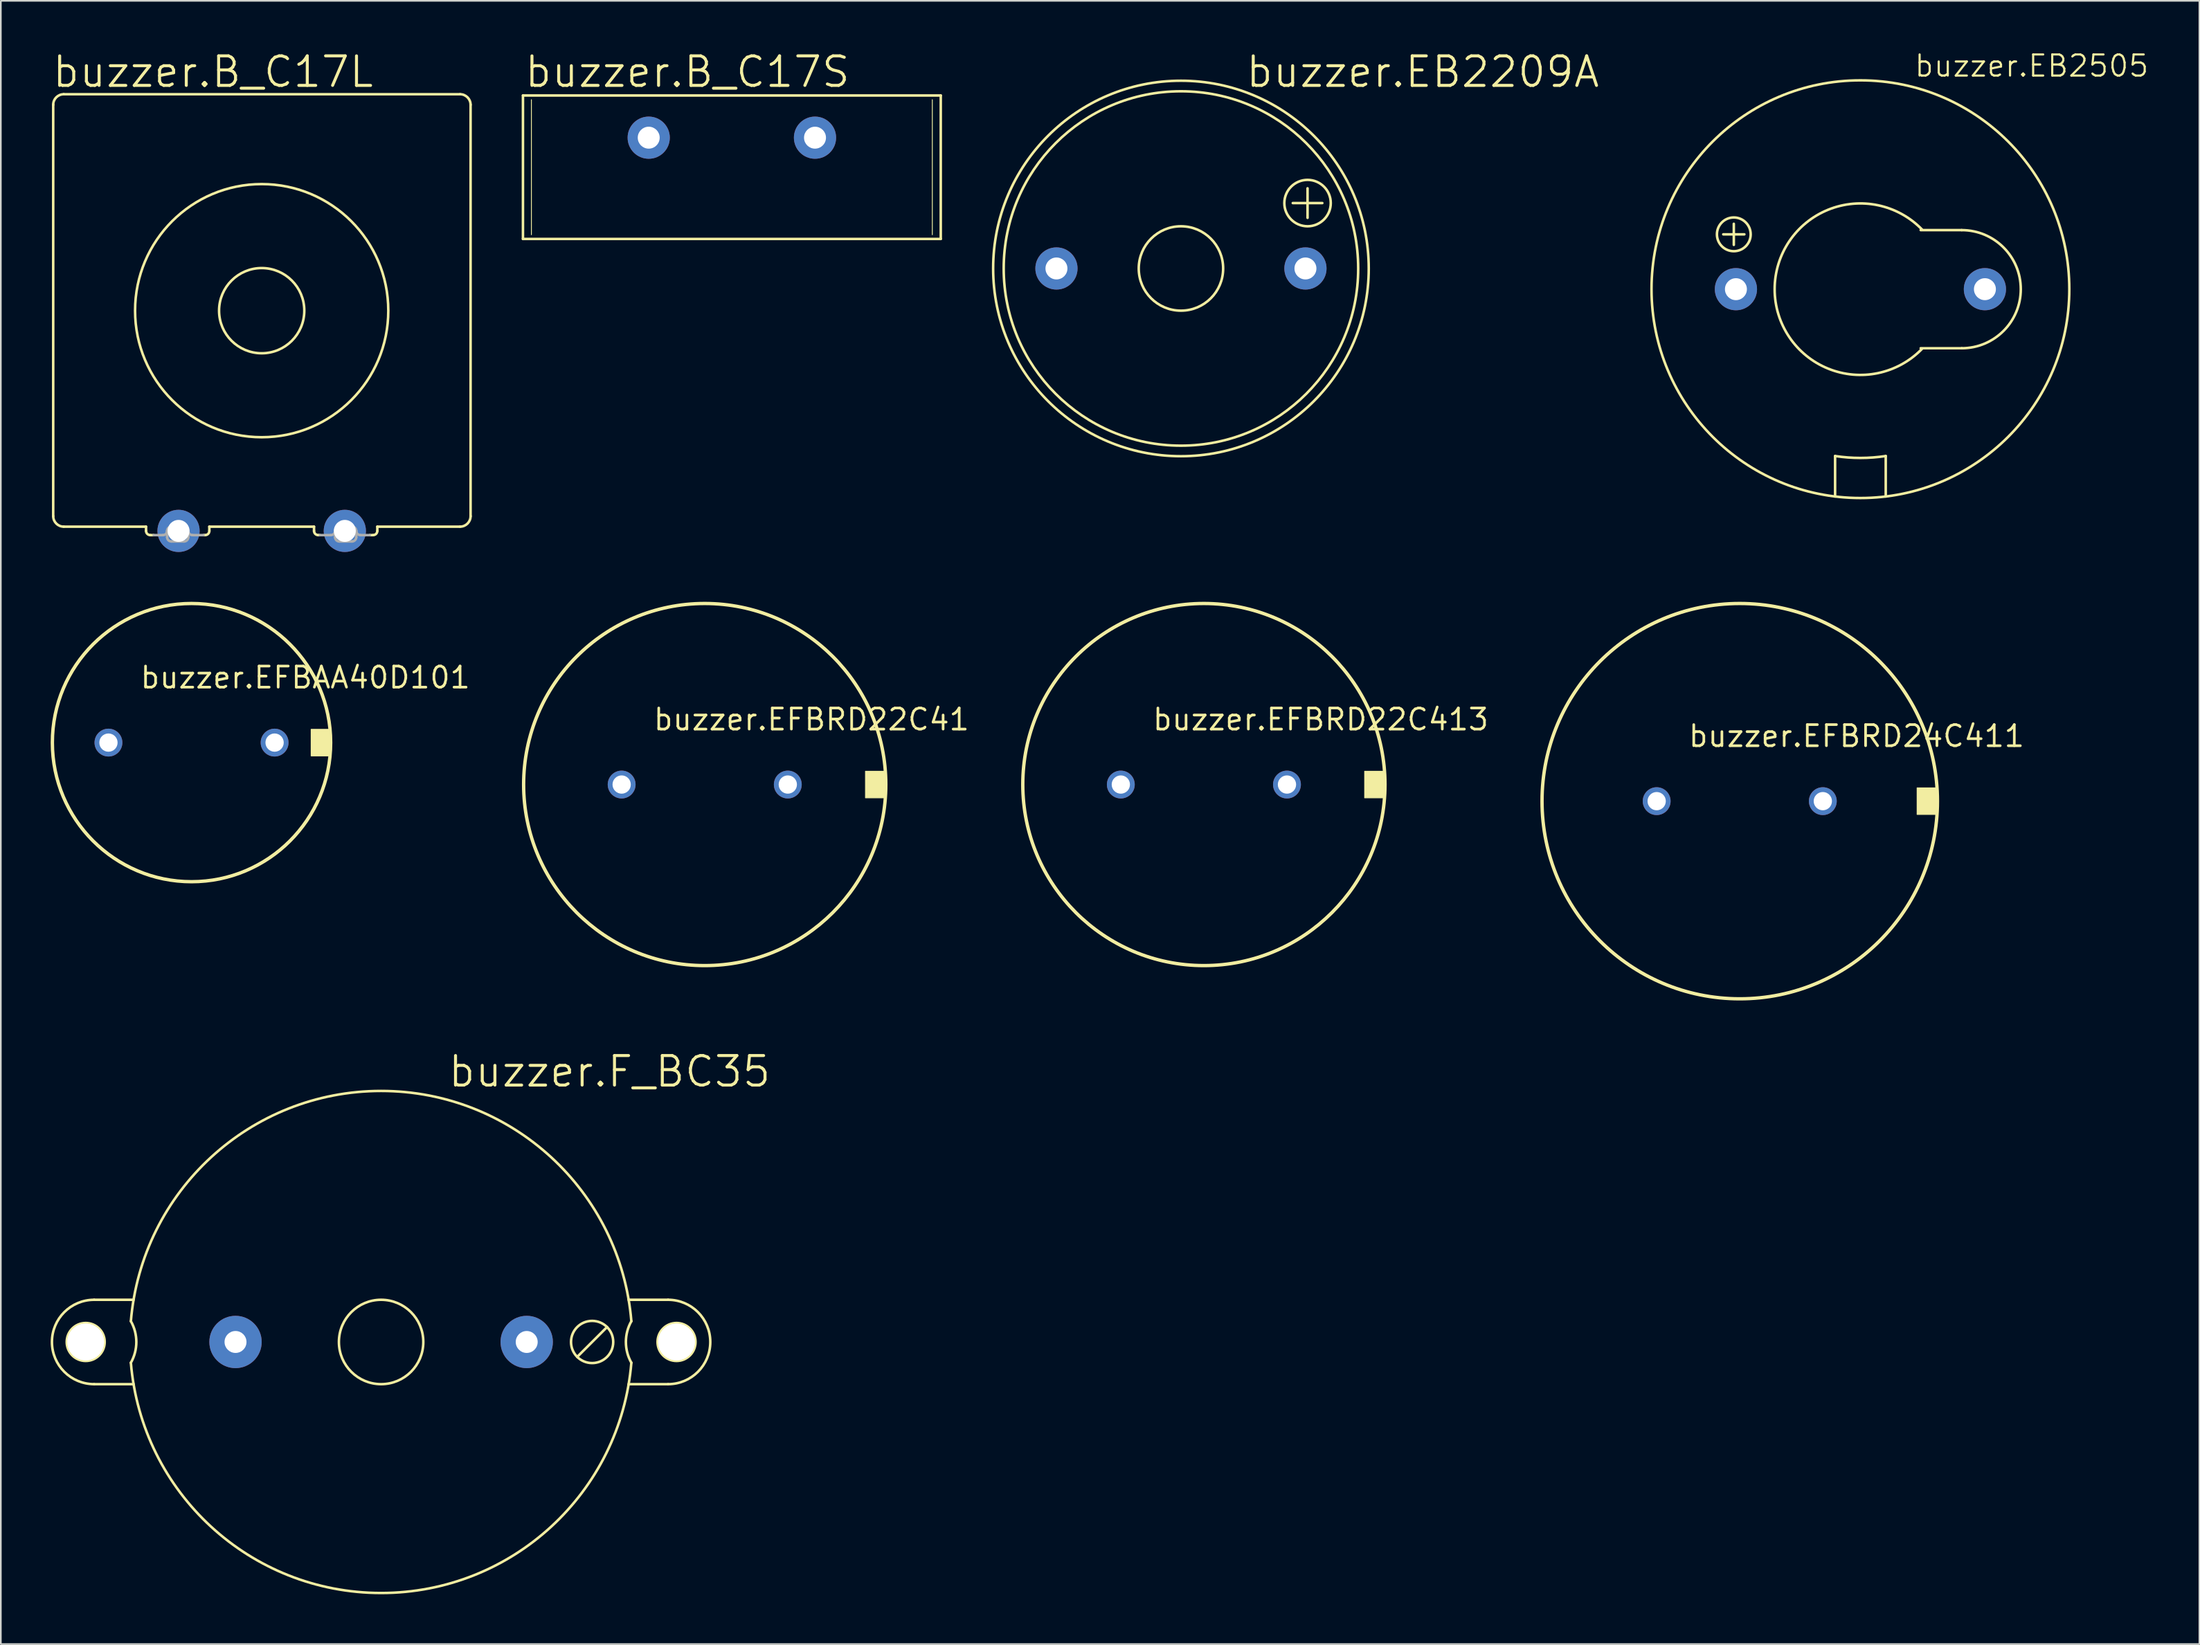
<source format=kicad_pcb>
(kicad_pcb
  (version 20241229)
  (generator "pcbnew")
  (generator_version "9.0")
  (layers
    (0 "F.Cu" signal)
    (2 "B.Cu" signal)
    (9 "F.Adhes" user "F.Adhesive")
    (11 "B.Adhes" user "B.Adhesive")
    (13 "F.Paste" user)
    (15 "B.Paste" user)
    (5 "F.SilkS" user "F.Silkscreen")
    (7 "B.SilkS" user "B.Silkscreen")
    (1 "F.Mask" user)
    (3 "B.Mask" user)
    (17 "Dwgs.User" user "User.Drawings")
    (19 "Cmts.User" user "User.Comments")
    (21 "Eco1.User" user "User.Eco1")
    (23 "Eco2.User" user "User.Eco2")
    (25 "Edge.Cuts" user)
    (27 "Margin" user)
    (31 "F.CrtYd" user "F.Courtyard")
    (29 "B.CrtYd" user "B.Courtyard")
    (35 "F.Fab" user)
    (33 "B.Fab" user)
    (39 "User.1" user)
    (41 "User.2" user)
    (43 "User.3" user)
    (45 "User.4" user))
  (footprint "buzzer.EFBRD24C411"
    (layer "F.Cu")
    (at 101.659 45.183)
    (property "Reference" "buzzer.EFBRD24C411" (at -3.175 -3.175 0) (layer "F.SilkS") (effects (font (size 1.27 1.27) (thickness 0.16)) (justify left bottom)))
    (attr through_hole)
    (fp_rect (start 10.675 0.8) (end 11.85 -0.8) (stroke (width 0.05) (type default)) (fill yes) (layer "F.SilkS"))
    (fp_circle (center 0 0) (end 11.9 0) (stroke (width 0.203) (type default)) (fill no) (layer "F.SilkS"))
    (pad "1" thru_hole circle (at -5 0) (size 1.676 1.676) (drill 1.1) (layers "*.Cu" "*.Mask"))
    (pad "2" thru_hole circle (at 5 0) (size 1.676 1.676) (drill 1.1) (layers "*.Cu" "*.Mask")))
  (footprint "buzzer.EFBRD22C413"
    (layer "F.Cu")
    (at 69.408 44.183)
    (property "Reference" "buzzer.EFBRD22C413" (at -3.175 -3.175 0) (layer "F.SilkS") (effects (font (size 1.27 1.27) (thickness 0.16)) (justify left bottom)))
    (attr through_hole)
    (fp_rect (start 9.675 0.8) (end 10.85 -0.8) (stroke (width 0.05) (type default)) (fill yes) (layer "F.SilkS"))
    (fp_circle (center 0 0) (end 10.9 0) (stroke (width 0.203) (type default)) (fill no) (layer "F.SilkS"))
    (pad "1" thru_hole circle (at -5 0) (size 1.676 1.676) (drill 1.1) (layers "*.Cu" "*.Mask"))
    (pad "2" thru_hole circle (at 5 0) (size 1.676 1.676) (drill 1.1) (layers "*.Cu" "*.Mask")))
  (footprint "buzzer.B_C17L"
    (layer "F.Cu")
    (at 12.7 15.653)
    (property "Reference" "buzzer.B_C17L" (at -12.7 -13.335 0) (layer "F.SilkS") (effects (font (size 1.778 1.778) (thickness 0.18)) (justify left bottom)))
    (attr through_hole)
    (fp_line (start -12.548 12.37) (end -12.548 -12.395) (stroke (width 0.152) (type default)) (layer "F.SilkS"))
    (fp_line (start -11.913 -13.03) (end 11.938 -13.03) (stroke (width 0.152) (type default)) (layer "F.SilkS"))
    (fp_line (start -11.913 13.005) (end -6.96 13.005) (stroke (width 0.152) (type default)) (layer "F.SilkS"))
    (fp_line (start -6.96 13.005) (end -6.96 13.259) (stroke (width 0.152) (type default)) (layer "F.SilkS"))
    (fp_line (start -6.706 13.513) (end -6.507 13.513) (stroke (width 0.152) (type default)) (layer "F.SilkS"))
    (fp_line (start -3.501 13.513) (end -3.404 13.513) (stroke (width 0.152) (type default)) (layer "F.SilkS"))
    (fp_line (start -3.15 13.005) (end 3.15 13.005) (stroke (width 0.152) (type default)) (layer "F.SilkS"))
    (fp_line (start -3.15 13.259) (end -3.15 13.005) (stroke (width 0.152) (type default)) (layer "F.SilkS"))
    (fp_line (start 3.15 13.259) (end 3.15 13.005) (stroke (width 0.152) (type default)) (layer "F.SilkS"))
    (fp_line (start 3.501 13.513) (end 3.404 13.513) (stroke (width 0.152) (type default)) (layer "F.SilkS"))
    (fp_line (start 6.706 13.513) (end 6.507 13.513) (stroke (width 0.152) (type default)) (layer "F.SilkS"))
    (fp_line (start 6.96 13.005) (end 6.96 13.259) (stroke (width 0.152) (type default)) (layer "F.SilkS"))
    (fp_line (start 6.96 13.005) (end 11.938 13.005) (stroke (width 0.152) (type default)) (layer "F.SilkS"))
    (fp_line (start 12.573 12.37) (end 12.573 -12.395) (stroke (width 0.152) (type default)) (layer "F.SilkS"))
    (fp_arc (start -12.5476 -12.3952) (mid -12.361613 -12.844213) (end -11.9126 -13.0302) (stroke (width 0.1524) (type default)) (layer "F.SilkS"))
    (fp_arc (start -11.9126 13.0048) (mid -12.361613 12.818813) (end -12.5476 12.3698) (stroke (width 0.1524) (type default)) (layer "F.SilkS"))
    (fp_arc (start -6.7056 13.5128) (mid -6.885205 13.438405) (end -6.9596 13.2588) (stroke (width 0.1524) (type default)) (layer "F.SilkS"))
    (fp_arc (start -3.1496 13.2588) (mid -3.223995 13.438405) (end -3.4036 13.5128) (stroke (width 0.1524) (type default)) (layer "F.SilkS"))
    (fp_arc (start 3.4036 13.5128) (mid 3.223995 13.438405) (end 3.1496 13.2588) (stroke (width 0.1524) (type default)) (layer "F.SilkS"))
    (fp_arc (start 6.9596 13.2588) (mid 6.885205 13.438405) (end 6.7056 13.5128) (stroke (width 0.1524) (type default)) (layer "F.SilkS"))
    (fp_arc (start 11.938 -13.0302) (mid 12.387013 -12.844213) (end 12.573 -12.3952) (stroke (width 0.1524) (type default)) (layer "F.SilkS"))
    (fp_arc (start 12.573 12.3698) (mid 12.387013 12.818813) (end 11.938 13.0048) (stroke (width 0.1524) (type default)) (layer "F.SilkS"))
    (fp_circle (center 0 0) (end 2.565 0) (stroke (width 0.152) (type default)) (fill no) (layer "F.SilkS"))
    (fp_circle (center 0 0) (end 7.62 0) (stroke (width 0.152) (type default)) (fill no) (layer "F.SilkS"))
    (fp_line (start -6.507 13.513) (end -5.944 13.513) (stroke (width 0.152) (type default)) (layer "F.Fab"))
    (fp_line (start -5.69 13.64) (end -5.69 13.259) (stroke (width 0.152) (type default)) (layer "F.Fab"))
    (fp_line (start -5.436 13.005) (end -4.674 13.005) (stroke (width 0.152) (type default)) (layer "F.Fab"))
    (fp_line (start -5.436 13.894) (end -4.674 13.894) (stroke (width 0.152) (type default)) (layer "F.Fab"))
    (fp_line (start -4.42 13.64) (end -4.42 13.259) (stroke (width 0.152) (type default)) (layer "F.Fab"))
    (fp_line (start -4.166 13.513) (end -3.501 13.513) (stroke (width 0.152) (type default)) (layer "F.Fab"))
    (fp_line (start 4.166 13.513) (end 3.501 13.513) (stroke (width 0.152) (type default)) (layer "F.Fab"))
    (fp_line (start 4.42 13.64) (end 4.42 13.259) (stroke (width 0.152) (type default)) (layer "F.Fab"))
    (fp_line (start 4.674 13.005) (end 5.436 13.005) (stroke (width 0.152) (type default)) (layer "F.Fab"))
    (fp_line (start 4.674 13.894) (end 5.436 13.894) (stroke (width 0.152) (type default)) (layer "F.Fab"))
    (fp_line (start 5.69 13.259) (end 5.69 13.64) (stroke (width 0.152) (type default)) (layer "F.Fab"))
    (fp_line (start 6.507 13.513) (end 5.944 13.513) (stroke (width 0.152) (type default)) (layer "F.Fab"))
    (fp_arc (start -5.6896 13.2588) (mid -5.763995 13.438405) (end -5.9436 13.5128) (stroke (width 0.1524) (type default)) (layer "F.Fab"))
    (fp_arc (start -5.6896 13.2588) (mid -5.615205 13.079195) (end -5.4356 13.0048) (stroke (width 0.1524) (type default)) (layer "F.Fab"))
    (fp_arc (start -5.4356 13.8938) (mid -5.615205 13.819405) (end -5.6896 13.6398) (stroke (width 0.1524) (type default)) (layer "F.Fab"))
    (fp_arc (start -4.6736 13.0048) (mid -4.493995 13.079195) (end -4.4196 13.2588) (stroke (width 0.1524) (type default)) (layer "F.Fab"))
    (fp_arc (start -4.4196 13.6398) (mid -4.493995 13.819405) (end -4.6736 13.8938) (stroke (width 0.1524) (type default)) (layer "F.Fab"))
    (fp_arc (start -4.1656 13.5128) (mid -4.345205 13.438405) (end -4.4196 13.2588) (stroke (width 0.1524) (type default)) (layer "F.Fab"))
    (fp_arc (start 4.4196 13.2588) (mid 4.345205 13.438405) (end 4.1656 13.5128) (stroke (width 0.1524) (type default)) (layer "F.Fab"))
    (fp_arc (start 4.4196 13.2588) (mid 4.493995 13.079195) (end 4.6736 13.0048) (stroke (width 0.1524) (type default)) (layer "F.Fab"))
    (fp_arc (start 4.6736 13.8938) (mid 4.493995 13.819405) (end 4.4196 13.6398) (stroke (width 0.1524) (type default)) (layer "F.Fab"))
    (fp_arc (start 5.4356 13.0048) (mid 5.615205 13.079195) (end 5.6896 13.2588) (stroke (width 0.1524) (type default)) (layer "F.Fab"))
    (fp_arc (start 5.6896 13.6398) (mid 5.615205 13.819405) (end 5.4356 13.8938) (stroke (width 0.1524) (type default)) (layer "F.Fab"))
    (fp_arc (start 5.9436 13.5128) (mid 5.763995 13.438405) (end 5.6896 13.2588) (stroke (width 0.1524) (type default)) (layer "F.Fab"))
    (pad "1" thru_hole circle (at -5.004 13.259) (size 2.54 2.54) (drill 1.321) (layers "*.Cu" "*.Mask"))
    (pad "2" thru_hole circle (at 5.004 13.259) (size 2.54 2.54) (drill 1.321) (layers "*.Cu" "*.Mask")))
  (footprint "buzzer.B_C17S"
    (layer "F.Cu")
    (at 40.998 5.239)
    (property "Reference" "buzzer.B_C17S" (at -12.573 -2.921 0) (layer "F.SilkS") (effects (font (size 1.778 1.778) (thickness 0.18)) (justify left bottom)))
    (attr through_hole)
    (fp_line (start -12.573 -2.54) (end -12.573 6.096) (stroke (width 0.152) (type default)) (layer "F.SilkS"))
    (fp_line (start -12.573 -2.54) (end 12.573 -2.54) (stroke (width 0.152) (type default)) (layer "F.SilkS"))
    (fp_line (start -12.573 6.096) (end 12.573 6.096) (stroke (width 0.152) (type default)) (layer "F.SilkS"))
    (fp_line (start -12.065 -2.286) (end -12.065 5.842) (stroke (width 0.051) (type default)) (layer "F.SilkS"))
    (fp_line (start 12.065 -2.286) (end 12.065 5.842) (stroke (width 0.051) (type default)) (layer "F.SilkS"))
    (fp_line (start 12.573 6.096) (end 12.573 -2.54) (stroke (width 0.152) (type default)) (layer "F.SilkS"))
    (pad "1" thru_hole circle (at -5.004 0) (size 2.54 2.54) (drill 1.321) (layers "*.Cu" "*.Mask"))
    (pad "2" thru_hole circle (at 5.004 0) (size 2.54 2.54) (drill 1.321) (layers "*.Cu" "*.Mask")))
  (footprint "buzzer.EB2209A"
    (layer "F.Cu")
    (at 68.027 13.113)
    (property "Reference" "buzzer.EB2209A" (at 3.81 -10.795 0) (layer "F.SilkS") (effects (font (size 1.778 1.778) (thickness 0.18)) (justify left bottom)))
    (attr through_hole)
    (fp_line (start 6.731 -3.937) (end 8.509 -3.937) (stroke (width 0.152) (type default)) (layer "F.SilkS"))
    (fp_line (start 7.62 -4.826) (end 7.62 -3.048) (stroke (width 0.152) (type default)) (layer "F.SilkS"))
    (fp_circle (center 0 0) (end 2.54 0) (stroke (width 0.152) (type default)) (fill no) (layer "F.SilkS"))
    (fp_circle (center 0 0) (end 10.668 0) (stroke (width 0.152) (type default)) (fill no) (layer "F.SilkS"))
    (fp_circle (center 0 0) (end 11.303 0) (stroke (width 0.152) (type default)) (fill no) (layer "F.SilkS"))
    (fp_circle (center 7.62 -3.937) (end 9.017 -3.937) (stroke (width 0.152) (type default)) (fill no) (layer "F.SilkS"))
    (pad "+" thru_hole circle (at 7.493 0) (size 2.54 2.54) (drill 1.321) (layers "*.Cu" "*.Mask"))
    (pad "-" thru_hole circle (at -7.493 0) (size 2.54 2.54) (drill 1.321) (layers "*.Cu" "*.Mask")))
  (footprint "buzzer.EB2505"
    (layer "F.Cu")
    (at 108.922 14.36)
    (property "Reference" "buzzer.EB2505" (at 3.175 -12.7 0) (layer "F.SilkS") (effects (font (size 1.27 1.27) (thickness 0.13)) (justify left bottom)))
    (attr through_hole)
    (fp_line (start -8.255 -3.302) (end -6.985 -3.302) (stroke (width 0.152) (type default)) (layer "F.SilkS"))
    (fp_line (start -7.62 -2.667) (end -7.62 -3.937) (stroke (width 0.152) (type default)) (layer "F.SilkS"))
    (fp_line (start -1.524 12.48) (end -1.524 10.045) (stroke (width 0.152) (type default)) (layer "F.SilkS"))
    (fp_line (start 1.524 12.48) (end 1.524 10.045) (stroke (width 0.152) (type default)) (layer "F.SilkS"))
    (fp_line (start 3.628 -3.556) (end 6.096 -3.556) (stroke (width 0.152) (type default)) (layer "F.SilkS"))
    (fp_line (start 3.628 3.556) (end 6.096 3.556) (stroke (width 0.152) (type default)) (layer "F.SilkS"))
    (fp_arc (start 1.524 10.045) (mid 0 10.15995) (end -1.524 10.045) (stroke (width 0.1524) (type default)) (layer "F.SilkS"))
    (fp_arc (start 3.701388 3.598572) (mid -5.162363 0.000996) (end 3.699999 -3.599999) (stroke (width 0.1524) (type default)) (layer "F.SilkS"))
    (fp_arc (start 6.096 -3.556) (mid 9.652 0) (end 6.096 3.556) (stroke (width 0.1524) (type default)) (layer "F.SilkS"))
    (fp_circle (center -7.62 -3.302) (end -6.604 -3.302) (stroke (width 0.152) (type default)) (fill no) (layer "F.SilkS"))
    (fp_circle (center 0 0) (end 12.573 0) (stroke (width 0.152) (type default)) (fill no) (layer "F.SilkS"))
    (pad "+" thru_hole circle (at -7.493 0) (size 2.54 2.54) (drill 1.321) (layers "*.Cu" "*.Mask"))
    (pad "-" thru_hole circle (at 7.493 0) (size 2.54 2.54) (drill 1.321) (layers "*.Cu" "*.Mask")))
  (footprint "buzzer.F_BC35"
    (layer "F.Cu")
    (at 19.888 77.743)
    (property "Reference" "buzzer.F_BC35" (at 3.937 -15.24 0) (layer "F.SilkS") (effects (font (size 1.778 1.778) (thickness 0.18)) (justify left bottom)))
    (attr through_hole)
    (fp_line (start -14.898 -2.54) (end -17.272 -2.54) (stroke (width 0.152) (type default)) (layer "F.SilkS"))
    (fp_line (start -14.898 2.54) (end -17.272 2.54) (stroke (width 0.152) (type default)) (layer "F.SilkS"))
    (fp_line (start 11.802 0.898) (end 13.598 -0.898) (stroke (width 0.152) (type default)) (layer "F.SilkS"))
    (fp_line (start 14.898 -2.54) (end 17.272 -2.54) (stroke (width 0.152) (type default)) (layer "F.SilkS"))
    (fp_line (start 14.898 2.54) (end 17.272 2.54) (stroke (width 0.152) (type default)) (layer "F.SilkS"))
    (fp_arc (start -17.272 2.54) (mid -19.812 0) (end -17.272 -2.54) (stroke (width 0.1524) (type default)) (layer "F.SilkS"))
    (fp_arc (start -15.0612 -1.2505) (mid -14.732042 0) (end -15.0612 1.2505) (stroke (width 0.1524) (type default)) (layer "F.SilkS"))
    (fp_arc (start -15.0612 -1.2505) (mid 0 -15.113024) (end 15.0612 -1.2505) (stroke (width 0.1524) (type default)) (layer "F.SilkS"))
    (fp_arc (start 15.0612 1.2505) (mid 0 15.113024) (end -15.0612 1.2505) (stroke (width 0.1524) (type default)) (layer "F.SilkS"))
    (fp_arc (start 15.0612 1.2505) (mid 14.732042 0) (end 15.0612 -1.2505) (stroke (width 0.1524) (type default)) (layer "F.SilkS"))
    (fp_arc (start 17.272 -2.54) (mid 19.812 0) (end 17.272 2.54) (stroke (width 0.1524) (type default)) (layer "F.SilkS"))
    (fp_circle (center -17.78 0) (end -16.637 0) (stroke (width 0.152) (type default)) (fill no) (layer "F.SilkS"))
    (fp_circle (center 0 0) (end 2.54 0) (stroke (width 0.152) (type default)) (fill no) (layer "F.SilkS"))
    (fp_circle (center 12.7 0) (end 13.97 0) (stroke (width 0.152) (type default)) (fill no) (layer "F.SilkS"))
    (fp_circle (center 17.78 0) (end 18.923 0) (stroke (width 0.152) (type default)) (fill no) (layer "F.SilkS"))
    (pad "" np_thru_hole circle (at -17.78 0) (size 2.21 2.21) (drill 2.21) (layers "*.Cu" "*.Mask"))
    (pad "" np_thru_hole circle (at -17.78 0) (size 2.21 2.21) (drill 2.21) (layers "*.Cu" "*.Mask"))
    (pad "" np_thru_hole circle (at 17.78 0) (size 2.21 2.21) (drill 2.21) (layers "*.Cu" "*.Mask"))
    (pad "" np_thru_hole circle (at 17.78 0) (size 2.21 2.21) (drill 2.21) (layers "*.Cu" "*.Mask"))
    (pad "+" thru_hole circle (at 8.763 0) (size 3.15 3.15) (drill 1.321) (layers "*.Cu" "*.Mask"))
    (pad "-" thru_hole circle (at -8.763 0) (size 3.15 3.15) (drill 1.321) (layers "*.Cu" "*.Mask")))
  (footprint "buzzer.EFBAA40D101"
    (layer "F.Cu")
    (at 8.477 41.658)
    (property "Reference" "buzzer.EFBAA40D101" (at -3.175 -3.175 0) (layer "F.SilkS") (effects (font (size 1.27 1.27) (thickness 0.16)) (justify left bottom)))
    (attr through_hole)
    (fp_rect (start 7.2 0.8) (end 8.375 -0.8) (stroke (width 0.05) (type default)) (fill yes) (layer "F.SilkS"))
    (fp_circle (center 0 0) (end 8.375 0) (stroke (width 0.203) (type default)) (fill no) (layer "F.SilkS"))
    (pad "1" thru_hole circle (at -5 0) (size 1.676 1.676) (drill 1.1) (layers "*.Cu" "*.Mask"))
    (pad "2" thru_hole circle (at 5 0) (size 1.676 1.676) (drill 1.1) (layers "*.Cu" "*.Mask")))
  (footprint "buzzer.EFBRD22C41"
    (layer "F.Cu")
    (at 39.365 44.183)
    (property "Reference" "buzzer.EFBRD22C41" (at -3.175 -3.175 0) (layer "F.SilkS") (effects (font (size 1.27 1.27) (thickness 0.16)) (justify left bottom)))
    (attr through_hole)
    (fp_rect (start 9.675 0.8) (end 10.85 -0.8) (stroke (width 0.05) (type default)) (fill yes) (layer "F.SilkS"))
    (fp_circle (center 0 0) (end 10.9 0) (stroke (width 0.203) (type default)) (fill no) (layer "F.SilkS"))
    (pad "1" thru_hole circle (at -5 0) (size 1.676 1.676) (drill 1.1) (layers "*.Cu" "*.Mask"))
    (pad "2" thru_hole circle (at 5 0) (size 1.676 1.676) (drill 1.1) (layers "*.Cu" "*.Mask")))
  (gr_rect
    (start -3 -3)
    (end 129.324 95.932)
    (stroke (width 0.1) (type default))
    (fill no)
    (layer "Edge.Cuts")))
</source>
